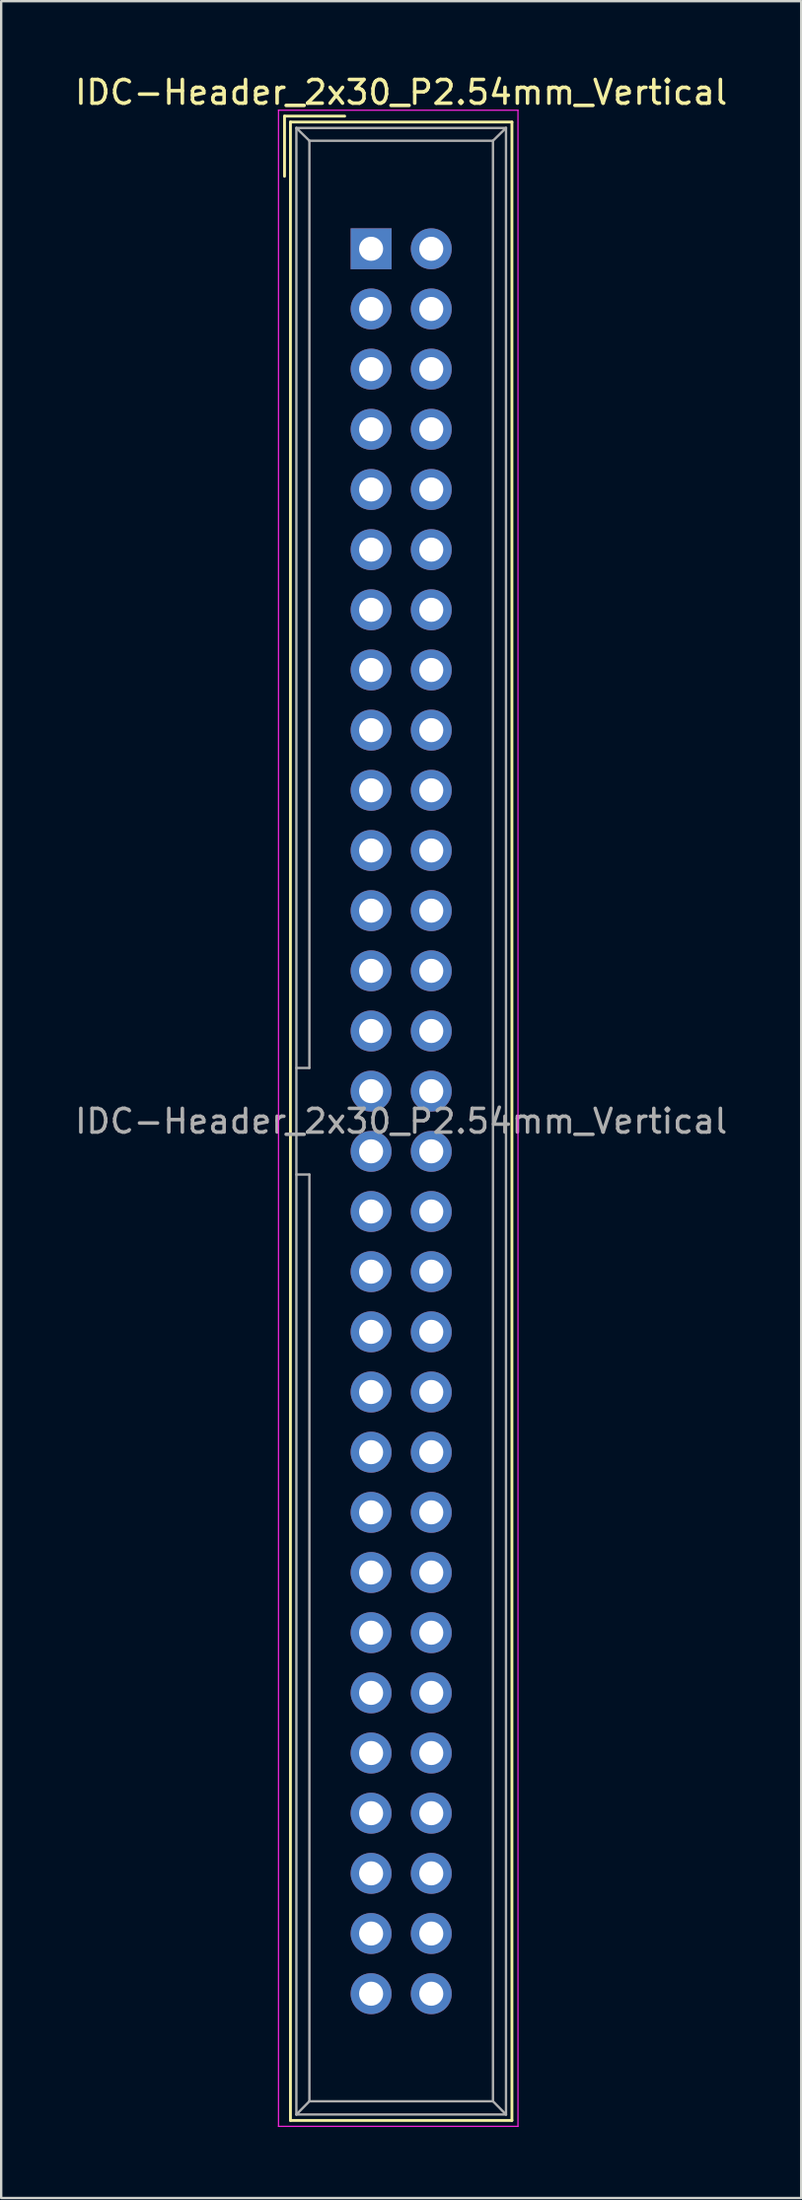
<source format=kicad_pcb>
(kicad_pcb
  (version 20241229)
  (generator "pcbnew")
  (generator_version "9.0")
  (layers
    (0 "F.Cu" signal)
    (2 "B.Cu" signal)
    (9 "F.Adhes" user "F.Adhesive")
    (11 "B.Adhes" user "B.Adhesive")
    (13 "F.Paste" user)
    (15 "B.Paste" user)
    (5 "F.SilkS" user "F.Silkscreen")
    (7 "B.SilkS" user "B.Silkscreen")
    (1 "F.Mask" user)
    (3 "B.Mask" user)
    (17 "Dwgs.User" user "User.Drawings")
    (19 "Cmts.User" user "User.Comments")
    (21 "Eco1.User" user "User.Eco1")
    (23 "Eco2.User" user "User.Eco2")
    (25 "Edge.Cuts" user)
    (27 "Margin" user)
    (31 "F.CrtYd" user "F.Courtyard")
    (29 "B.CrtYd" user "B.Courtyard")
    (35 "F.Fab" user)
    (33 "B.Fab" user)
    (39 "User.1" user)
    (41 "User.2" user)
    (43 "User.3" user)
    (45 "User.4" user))
  (footprint "IDC-Header_2x30_P2.54mm_Vertical"
    (layer "F.Cu")
    (at 12.617 7.452)
    (property "Reference" "IDC-Header_2x30_P2.54mm_Vertical" (at 1.27 -6.604 0) (layer "F.SilkS") (effects (font (size 1 1) (thickness 0.15))))
    (attr through_hole)
    (fp_line (start -3.655 -5.6) (end -3.655 -3.06) (stroke (width 0.12) (type solid)) (layer "F.SilkS"))
    (fp_line (start -3.655 -5.6) (end -1.115 -5.6) (stroke (width 0.12) (type solid)) (layer "F.SilkS"))
    (fp_line (start -3.405 -5.35) (end 5.945 -5.35) (stroke (width 0.12) (type solid)) (layer "F.SilkS"))
    (fp_line (start -3.405 79.01) (end -3.405 -5.35) (stroke (width 0.12) (type solid)) (layer "F.SilkS"))
    (fp_line (start 5.945 -5.35) (end 5.945 79.01) (stroke (width 0.12) (type solid)) (layer "F.SilkS"))
    (fp_line (start 5.945 79.01) (end -3.405 79.01) (stroke (width 0.12) (type solid)) (layer "F.SilkS"))
    (fp_line (start -3.91 -5.85) (end 6.2 -5.85) (stroke (width 0.05) (type solid)) (layer "F.CrtYd"))
    (fp_line (start -3.91 79.26) (end -3.91 -5.85) (stroke (width 0.05) (type solid)) (layer "F.CrtYd"))
    (fp_line (start 6.2 -5.85) (end 6.2 79.26) (stroke (width 0.05) (type solid)) (layer "F.CrtYd"))
    (fp_line (start 6.2 79.26) (end -3.91 79.26) (stroke (width 0.05) (type solid)) (layer "F.CrtYd"))
    (fp_line (start -3.155 -5.1) (end -3.155 78.76) (stroke (width 0.1) (type solid)) (layer "F.Fab"))
    (fp_line (start -3.155 -5.1) (end -2.605 -4.56) (stroke (width 0.1) (type solid)) (layer "F.Fab"))
    (fp_line (start -3.155 78.76) (end -2.605 78.2) (stroke (width 0.1) (type solid)) (layer "F.Fab"))
    (fp_line (start -2.605 -4.56) (end -2.605 34.58) (stroke (width 0.1) (type solid)) (layer "F.Fab"))
    (fp_line (start -2.605 34.58) (end -3.155 34.58) (stroke (width 0.1) (type solid)) (layer "F.Fab"))
    (fp_line (start -2.605 39.08) (end -3.155 39.08) (stroke (width 0.1) (type solid)) (layer "F.Fab"))
    (fp_line (start -2.605 39.08) (end -2.605 78.2) (stroke (width 0.1) (type solid)) (layer "F.Fab"))
    (fp_line (start 5.145 -4.56) (end -2.605 -4.56) (stroke (width 0.1) (type solid)) (layer "F.Fab"))
    (fp_line (start 5.145 -4.56) (end 5.145 78.2) (stroke (width 0.1) (type solid)) (layer "F.Fab"))
    (fp_line (start 5.145 78.2) (end -2.605 78.2) (stroke (width 0.1) (type solid)) (layer "F.Fab"))
    (fp_line (start 5.695 -5.1) (end -3.155 -5.1) (stroke (width 0.1) (type solid)) (layer "F.Fab"))
    (fp_line (start 5.695 -5.1) (end 5.145 -4.56) (stroke (width 0.1) (type solid)) (layer "F.Fab"))
    (fp_line (start 5.695 -5.1) (end 5.695 78.76) (stroke (width 0.1) (type solid)) (layer "F.Fab"))
    (fp_line (start 5.695 78.76) (end -3.155 78.76) (stroke (width 0.1) (type solid)) (layer "F.Fab"))
    (fp_line (start 5.695 78.76) (end 5.145 78.2) (stroke (width 0.1) (type solid)) (layer "F.Fab"))
    (fp_text user "${REFERENCE}" (at 1.27 36.83 0) (layer "F.Fab") (effects (font (size 1 1) (thickness 0.15))))
    (pad "1" thru_hole rect (at 0 0) (size 1.727 1.727) (drill 1.016) (layers "*.Cu" "*.Mask"))
    (pad "2" thru_hole oval (at 2.54 0) (size 1.727 1.727) (drill 1.016) (layers "*.Cu" "*.Mask"))
    (pad "3" thru_hole oval (at 0 2.54) (size 1.727 1.727) (drill 1.016) (layers "*.Cu" "*.Mask"))
    (pad "4" thru_hole oval (at 2.54 2.54) (size 1.727 1.727) (drill 1.016) (layers "*.Cu" "*.Mask"))
    (pad "5" thru_hole oval (at 0 5.08) (size 1.727 1.727) (drill 1.016) (layers "*.Cu" "*.Mask"))
    (pad "6" thru_hole oval (at 2.54 5.08) (size 1.727 1.727) (drill 1.016) (layers "*.Cu" "*.Mask"))
    (pad "7" thru_hole oval (at 0 7.62) (size 1.727 1.727) (drill 1.016) (layers "*.Cu" "*.Mask"))
    (pad "8" thru_hole oval (at 2.54 7.62) (size 1.727 1.727) (drill 1.016) (layers "*.Cu" "*.Mask"))
    (pad "9" thru_hole oval (at 0 10.16) (size 1.727 1.727) (drill 1.016) (layers "*.Cu" "*.Mask"))
    (pad "10" thru_hole oval (at 2.54 10.16) (size 1.727 1.727) (drill 1.016) (layers "*.Cu" "*.Mask"))
    (pad "11" thru_hole oval (at 0 12.7) (size 1.727 1.727) (drill 1.016) (layers "*.Cu" "*.Mask"))
    (pad "12" thru_hole oval (at 2.54 12.7) (size 1.727 1.727) (drill 1.016) (layers "*.Cu" "*.Mask"))
    (pad "13" thru_hole oval (at 0 15.24) (size 1.727 1.727) (drill 1.016) (layers "*.Cu" "*.Mask"))
    (pad "14" thru_hole oval (at 2.54 15.24) (size 1.727 1.727) (drill 1.016) (layers "*.Cu" "*.Mask"))
    (pad "15" thru_hole oval (at 0 17.78) (size 1.727 1.727) (drill 1.016) (layers "*.Cu" "*.Mask"))
    (pad "16" thru_hole oval (at 2.54 17.78) (size 1.727 1.727) (drill 1.016) (layers "*.Cu" "*.Mask"))
    (pad "17" thru_hole oval (at 0 20.32) (size 1.727 1.727) (drill 1.016) (layers "*.Cu" "*.Mask"))
    (pad "18" thru_hole oval (at 2.54 20.32) (size 1.727 1.727) (drill 1.016) (layers "*.Cu" "*.Mask"))
    (pad "19" thru_hole oval (at 0 22.86) (size 1.727 1.727) (drill 1.016) (layers "*.Cu" "*.Mask"))
    (pad "20" thru_hole oval (at 2.54 22.86) (size 1.727 1.727) (drill 1.016) (layers "*.Cu" "*.Mask"))
    (pad "21" thru_hole oval (at 0 25.4) (size 1.727 1.727) (drill 1.016) (layers "*.Cu" "*.Mask"))
    (pad "22" thru_hole oval (at 2.54 25.4) (size 1.727 1.727) (drill 1.016) (layers "*.Cu" "*.Mask"))
    (pad "23" thru_hole oval (at 0 27.94) (size 1.727 1.727) (drill 1.016) (layers "*.Cu" "*.Mask"))
    (pad "24" thru_hole oval (at 2.54 27.94) (size 1.727 1.727) (drill 1.016) (layers "*.Cu" "*.Mask"))
    (pad "25" thru_hole oval (at 0 30.48) (size 1.727 1.727) (drill 1.016) (layers "*.Cu" "*.Mask"))
    (pad "26" thru_hole oval (at 2.54 30.48) (size 1.727 1.727) (drill 1.016) (layers "*.Cu" "*.Mask"))
    (pad "27" thru_hole oval (at 0 33.02) (size 1.727 1.727) (drill 1.016) (layers "*.Cu" "*.Mask"))
    (pad "28" thru_hole oval (at 2.54 33.02) (size 1.727 1.727) (drill 1.016) (layers "*.Cu" "*.Mask"))
    (pad "29" thru_hole oval (at 0 35.56) (size 1.727 1.727) (drill 1.016) (layers "*.Cu" "*.Mask"))
    (pad "30" thru_hole oval (at 2.54 35.56) (size 1.727 1.727) (drill 1.016) (layers "*.Cu" "*.Mask"))
    (pad "31" thru_hole oval (at 0 38.1) (size 1.727 1.727) (drill 1.016) (layers "*.Cu" "*.Mask"))
    (pad "32" thru_hole oval (at 2.54 38.1) (size 1.727 1.727) (drill 1.016) (layers "*.Cu" "*.Mask"))
    (pad "33" thru_hole oval (at 0 40.64) (size 1.727 1.727) (drill 1.016) (layers "*.Cu" "*.Mask"))
    (pad "34" thru_hole oval (at 2.54 40.64) (size 1.727 1.727) (drill 1.016) (layers "*.Cu" "*.Mask"))
    (pad "35" thru_hole oval (at 0 43.18) (size 1.727 1.727) (drill 1.016) (layers "*.Cu" "*.Mask"))
    (pad "36" thru_hole oval (at 2.54 43.18) (size 1.727 1.727) (drill 1.016) (layers "*.Cu" "*.Mask"))
    (pad "37" thru_hole oval (at 0 45.72) (size 1.727 1.727) (drill 1.016) (layers "*.Cu" "*.Mask"))
    (pad "38" thru_hole oval (at 2.54 45.72) (size 1.727 1.727) (drill 1.016) (layers "*.Cu" "*.Mask"))
    (pad "39" thru_hole oval (at 0 48.26) (size 1.727 1.727) (drill 1.016) (layers "*.Cu" "*.Mask"))
    (pad "40" thru_hole oval (at 2.54 48.26) (size 1.727 1.727) (drill 1.016) (layers "*.Cu" "*.Mask"))
    (pad "41" thru_hole oval (at 0 50.8) (size 1.727 1.727) (drill 1.016) (layers "*.Cu" "*.Mask"))
    (pad "42" thru_hole oval (at 2.54 50.8) (size 1.727 1.727) (drill 1.016) (layers "*.Cu" "*.Mask"))
    (pad "43" thru_hole oval (at 0 53.34) (size 1.727 1.727) (drill 1.016) (layers "*.Cu" "*.Mask"))
    (pad "44" thru_hole oval (at 2.54 53.34) (size 1.727 1.727) (drill 1.016) (layers "*.Cu" "*.Mask"))
    (pad "45" thru_hole oval (at 0 55.88) (size 1.727 1.727) (drill 1.016) (layers "*.Cu" "*.Mask"))
    (pad "46" thru_hole oval (at 2.54 55.88) (size 1.727 1.727) (drill 1.016) (layers "*.Cu" "*.Mask"))
    (pad "47" thru_hole oval (at 0 58.42) (size 1.727 1.727) (drill 1.016) (layers "*.Cu" "*.Mask"))
    (pad "48" thru_hole oval (at 2.54 58.42) (size 1.727 1.727) (drill 1.016) (layers "*.Cu" "*.Mask"))
    (pad "49" thru_hole oval (at 0 60.96) (size 1.727 1.727) (drill 1.016) (layers "*.Cu" "*.Mask"))
    (pad "50" thru_hole oval (at 2.54 60.96) (size 1.727 1.727) (drill 1.016) (layers "*.Cu" "*.Mask"))
    (pad "51" thru_hole oval (at 0 63.5) (size 1.727 1.727) (drill 1.016) (layers "*.Cu" "*.Mask"))
    (pad "52" thru_hole oval (at 2.54 63.5) (size 1.727 1.727) (drill 1.016) (layers "*.Cu" "*.Mask"))
    (pad "53" thru_hole oval (at 0 66.04) (size 1.727 1.727) (drill 1.016) (layers "*.Cu" "*.Mask"))
    (pad "54" thru_hole oval (at 2.54 66.04) (size 1.727 1.727) (drill 1.016) (layers "*.Cu" "*.Mask"))
    (pad "55" thru_hole oval (at 0 68.58) (size 1.727 1.727) (drill 1.016) (layers "*.Cu" "*.Mask"))
    (pad "56" thru_hole oval (at 2.54 68.58) (size 1.727 1.727) (drill 1.016) (layers "*.Cu" "*.Mask"))
    (pad "57" thru_hole oval (at 0 71.12) (size 1.727 1.727) (drill 1.016) (layers "*.Cu" "*.Mask"))
    (pad "58" thru_hole oval (at 2.54 71.12) (size 1.727 1.727) (drill 1.016) (layers "*.Cu" "*.Mask"))
    (pad "59" thru_hole oval (at 0 73.66) (size 1.727 1.727) (drill 1.016) (layers "*.Cu" "*.Mask"))
    (pad "60" thru_hole oval (at 2.54 73.66) (size 1.727 1.727) (drill 1.016) (layers "*.Cu" "*.Mask")))
  (gr_rect
    (start -3 -3)
    (end 30.774 89.737)
    (stroke (width 0.1) (type default))
    (fill no)
    (layer "Edge.Cuts")))
</source>
